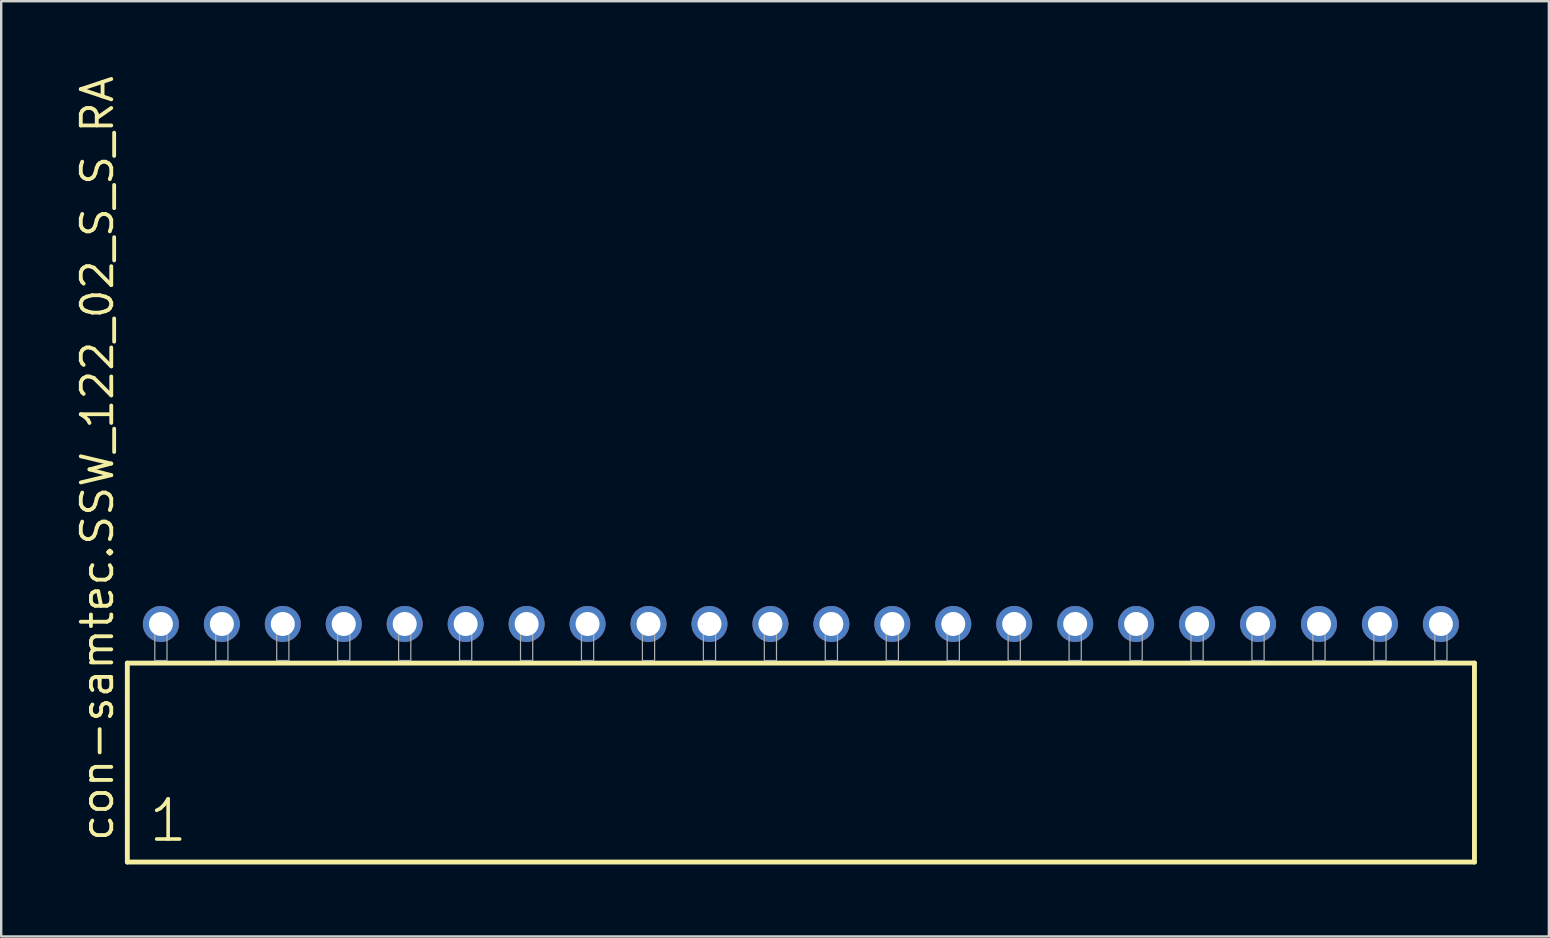
<source format=kicad_pcb>
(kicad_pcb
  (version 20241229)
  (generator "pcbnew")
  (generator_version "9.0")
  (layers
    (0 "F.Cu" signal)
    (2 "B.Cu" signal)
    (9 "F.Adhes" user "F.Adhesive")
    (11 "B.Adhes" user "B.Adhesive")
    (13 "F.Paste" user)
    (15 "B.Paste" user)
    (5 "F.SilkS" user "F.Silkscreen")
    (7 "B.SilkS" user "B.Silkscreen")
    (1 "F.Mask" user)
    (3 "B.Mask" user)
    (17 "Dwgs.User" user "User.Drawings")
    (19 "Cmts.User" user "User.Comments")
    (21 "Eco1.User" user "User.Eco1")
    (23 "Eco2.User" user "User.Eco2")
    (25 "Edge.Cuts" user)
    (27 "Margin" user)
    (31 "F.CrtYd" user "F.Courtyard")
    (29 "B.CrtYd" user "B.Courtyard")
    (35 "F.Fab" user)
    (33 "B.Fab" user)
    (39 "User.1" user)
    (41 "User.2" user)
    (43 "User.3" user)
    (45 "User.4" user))
  (footprint "con-samtec.SSW_122_02_S_S_RA"
    (layer "F.Cu")
    (at 30.325 24.477)
    (property "Reference" "con-samtec.SSW_122_02_S_S_RA" (at -28.575 7.62 90) (layer "F.SilkS") (effects (font (size 1.27 1.27) (thickness 0.16)) (justify left bottom)))
    (attr through_hole)
    (fp_line (start -28.069 0.106) (end -28.069 8.396) (stroke (width 0.203) (type default)) (layer "F.SilkS"))
    (fp_line (start -28.069 8.396) (end 28.069 8.396) (stroke (width 0.203) (type default)) (layer "F.SilkS"))
    (fp_line (start 28.069 0.106) (end -28.069 0.106) (stroke (width 0.203) (type default)) (layer "F.SilkS"))
    (fp_line (start 28.069 8.396) (end 28.069 0.106) (stroke (width 0.203) (type default)) (layer "F.SilkS"))
    (fp_rect (start -26.924 0) (end -26.416 -1.778) (stroke (width 0.05) (type default)) (fill no) (layer "F.Fab"))
    (fp_rect (start -24.384 0) (end -23.876 -1.778) (stroke (width 0.05) (type default)) (fill no) (layer "F.Fab"))
    (fp_rect (start -21.844 0) (end -21.336 -1.778) (stroke (width 0.05) (type default)) (fill no) (layer "F.Fab"))
    (fp_rect (start -19.304 0) (end -18.796 -1.778) (stroke (width 0.05) (type default)) (fill no) (layer "F.Fab"))
    (fp_rect (start -16.764 0) (end -16.256 -1.778) (stroke (width 0.05) (type default)) (fill no) (layer "F.Fab"))
    (fp_rect (start -14.224 0) (end -13.716 -1.778) (stroke (width 0.05) (type default)) (fill no) (layer "F.Fab"))
    (fp_rect (start -11.684 0) (end -11.176 -1.778) (stroke (width 0.05) (type default)) (fill no) (layer "F.Fab"))
    (fp_rect (start -9.144 0) (end -8.636 -1.778) (stroke (width 0.05) (type default)) (fill no) (layer "F.Fab"))
    (fp_rect (start -6.604 0) (end -6.096 -1.778) (stroke (width 0.05) (type default)) (fill no) (layer "F.Fab"))
    (fp_rect (start -4.064 0) (end -3.556 -1.778) (stroke (width 0.05) (type default)) (fill no) (layer "F.Fab"))
    (fp_rect (start -1.524 0) (end -1.016 -1.778) (stroke (width 0.05) (type default)) (fill no) (layer "F.Fab"))
    (fp_rect (start 1.016 0) (end 1.524 -1.778) (stroke (width 0.05) (type default)) (fill no) (layer "F.Fab"))
    (fp_rect (start 3.556 0) (end 4.064 -1.778) (stroke (width 0.05) (type default)) (fill no) (layer "F.Fab"))
    (fp_rect (start 6.096 0) (end 6.604 -1.778) (stroke (width 0.05) (type default)) (fill no) (layer "F.Fab"))
    (fp_rect (start 8.636 0) (end 9.144 -1.778) (stroke (width 0.05) (type default)) (fill no) (layer "F.Fab"))
    (fp_rect (start 11.176 0) (end 11.684 -1.778) (stroke (width 0.05) (type default)) (fill no) (layer "F.Fab"))
    (fp_rect (start 13.716 0) (end 14.224 -1.778) (stroke (width 0.05) (type default)) (fill no) (layer "F.Fab"))
    (fp_rect (start 16.256 0) (end 16.764 -1.778) (stroke (width 0.05) (type default)) (fill no) (layer "F.Fab"))
    (fp_rect (start 18.796 0) (end 19.304 -1.778) (stroke (width 0.05) (type default)) (fill no) (layer "F.Fab"))
    (fp_rect (start 21.336 0) (end 21.844 -1.778) (stroke (width 0.05) (type default)) (fill no) (layer "F.Fab"))
    (fp_rect (start 23.876 0) (end 24.384 -1.778) (stroke (width 0.05) (type default)) (fill no) (layer "F.Fab"))
    (fp_rect (start 26.416 0) (end 26.924 -1.778) (stroke (width 0.05) (type default)) (fill no) (layer "F.Fab"))
    (fp_text user "1" (at -27.265 7.65 0) (layer "F.SilkS") (effects (font (size 1.676 1.676) (thickness 0.15)) (justify left bottom)))
    (pad "1" thru_hole circle (at -26.67 -1.524) (size 1.5 1.5) (drill 1) (layers "*.Cu" "*.Mask"))
    (pad "2" thru_hole circle (at -24.13 -1.524) (size 1.5 1.5) (drill 1) (layers "*.Cu" "*.Mask"))
    (pad "3" thru_hole circle (at -21.59 -1.524) (size 1.5 1.5) (drill 1) (layers "*.Cu" "*.Mask"))
    (pad "4" thru_hole circle (at -19.05 -1.524) (size 1.5 1.5) (drill 1) (layers "*.Cu" "*.Mask"))
    (pad "5" thru_hole circle (at -16.51 -1.524) (size 1.5 1.5) (drill 1) (layers "*.Cu" "*.Mask"))
    (pad "6" thru_hole circle (at -13.97 -1.524) (size 1.5 1.5) (drill 1) (layers "*.Cu" "*.Mask"))
    (pad "7" thru_hole circle (at -11.43 -1.524) (size 1.5 1.5) (drill 1) (layers "*.Cu" "*.Mask"))
    (pad "8" thru_hole circle (at -8.89 -1.524) (size 1.5 1.5) (drill 1) (layers "*.Cu" "*.Mask"))
    (pad "9" thru_hole circle (at -6.35 -1.524) (size 1.5 1.5) (drill 1) (layers "*.Cu" "*.Mask"))
    (pad "10" thru_hole circle (at -3.81 -1.524) (size 1.5 1.5) (drill 1) (layers "*.Cu" "*.Mask"))
    (pad "11" thru_hole circle (at -1.27 -1.524) (size 1.5 1.5) (drill 1) (layers "*.Cu" "*.Mask"))
    (pad "12" thru_hole circle (at 1.27 -1.524) (size 1.5 1.5) (drill 1) (layers "*.Cu" "*.Mask"))
    (pad "13" thru_hole circle (at 3.81 -1.524) (size 1.5 1.5) (drill 1) (layers "*.Cu" "*.Mask"))
    (pad "14" thru_hole circle (at 6.35 -1.524) (size 1.5 1.5) (drill 1) (layers "*.Cu" "*.Mask"))
    (pad "15" thru_hole circle (at 8.89 -1.524) (size 1.5 1.5) (drill 1) (layers "*.Cu" "*.Mask"))
    (pad "16" thru_hole circle (at 11.43 -1.524) (size 1.5 1.5) (drill 1) (layers "*.Cu" "*.Mask"))
    (pad "17" thru_hole circle (at 13.97 -1.524) (size 1.5 1.5) (drill 1) (layers "*.Cu" "*.Mask"))
    (pad "18" thru_hole circle (at 16.51 -1.524) (size 1.5 1.5) (drill 1) (layers "*.Cu" "*.Mask"))
    (pad "19" thru_hole circle (at 19.05 -1.524) (size 1.5 1.5) (drill 1) (layers "*.Cu" "*.Mask"))
    (pad "20" thru_hole circle (at 21.59 -1.524) (size 1.5 1.5) (drill 1) (layers "*.Cu" "*.Mask"))
    (pad "21" thru_hole circle (at 24.13 -1.524) (size 1.5 1.5) (drill 1) (layers "*.Cu" "*.Mask"))
    (pad "22" thru_hole circle (at 26.67 -1.524) (size 1.5 1.5) (drill 1) (layers "*.Cu" "*.Mask")))
  (gr_rect
    (start -3 -3)
    (end 61.496 35.975)
    (stroke (width 0.1) (type default))
    (fill no)
    (layer "Edge.Cuts")))
</source>
